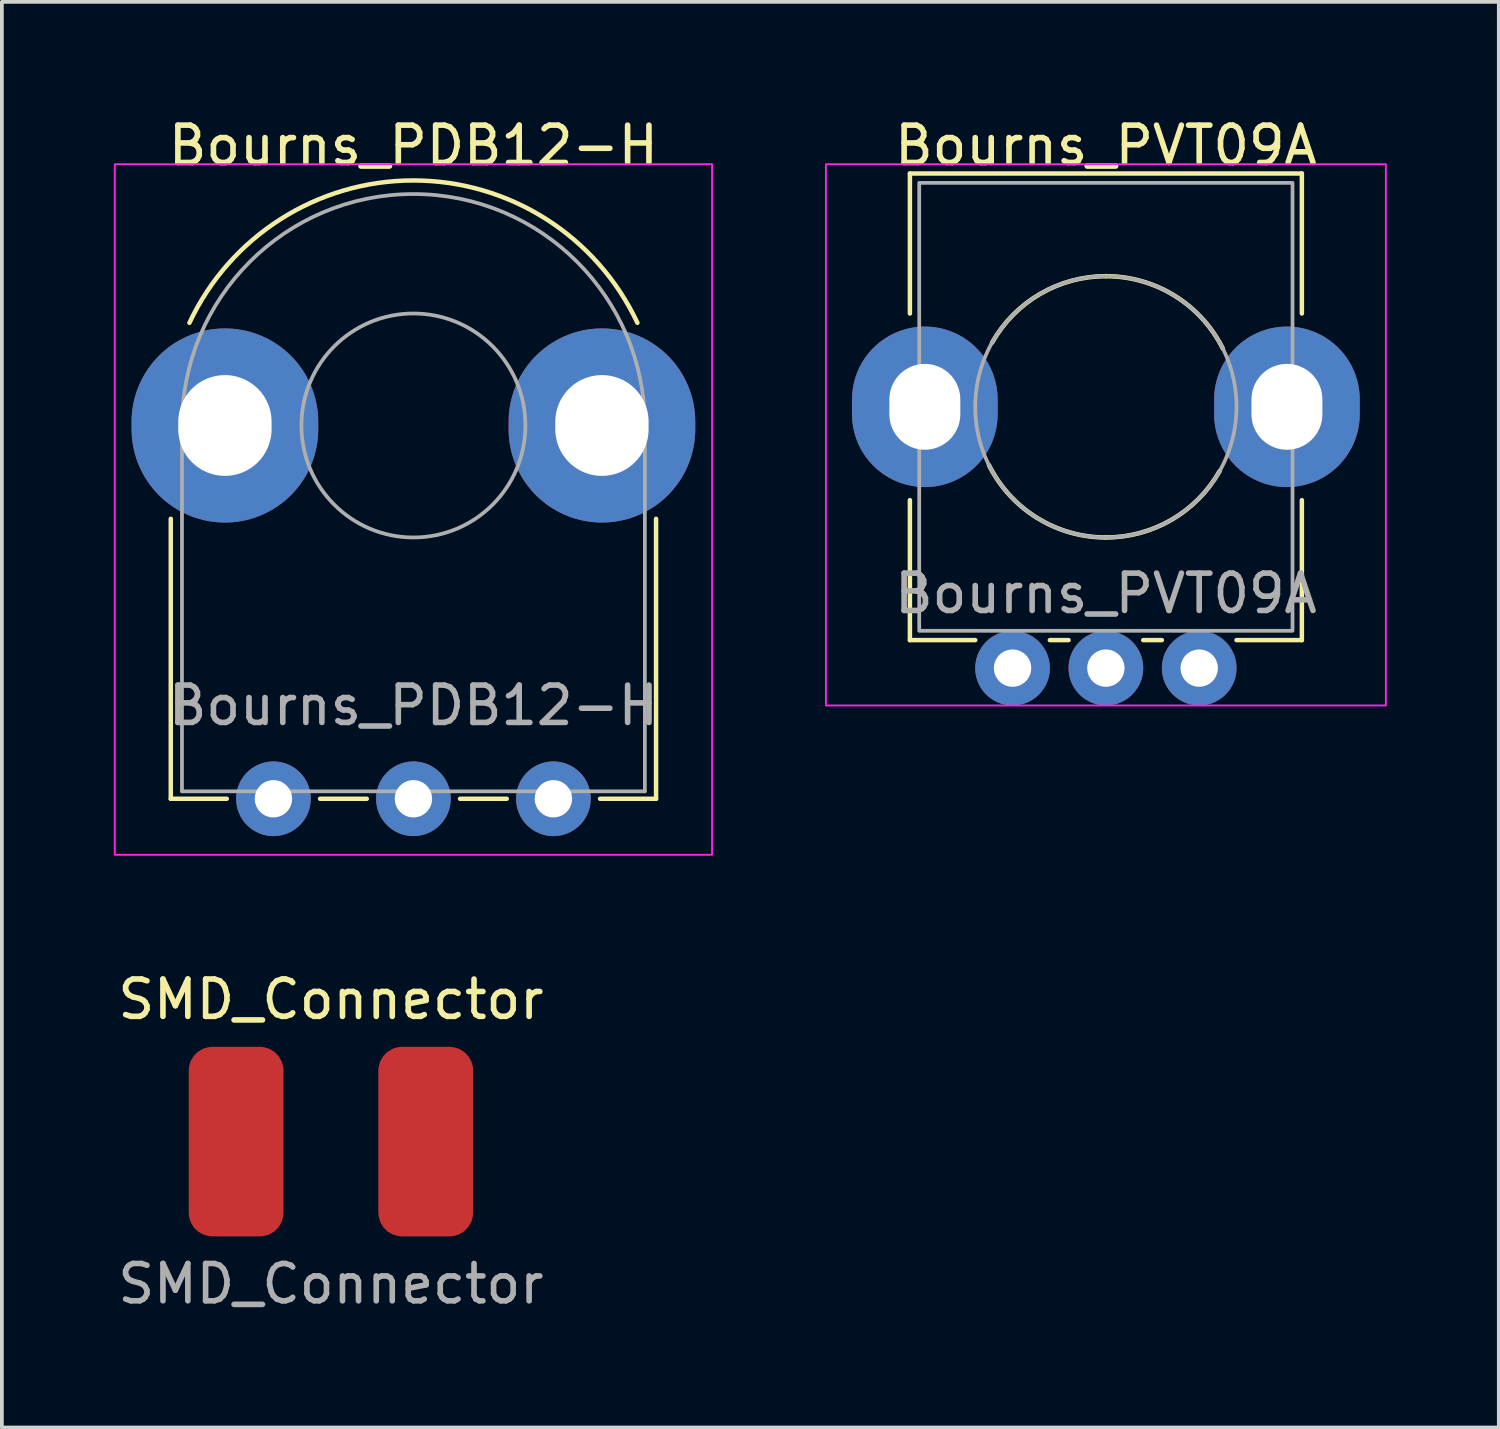
<source format=kicad_pcb>
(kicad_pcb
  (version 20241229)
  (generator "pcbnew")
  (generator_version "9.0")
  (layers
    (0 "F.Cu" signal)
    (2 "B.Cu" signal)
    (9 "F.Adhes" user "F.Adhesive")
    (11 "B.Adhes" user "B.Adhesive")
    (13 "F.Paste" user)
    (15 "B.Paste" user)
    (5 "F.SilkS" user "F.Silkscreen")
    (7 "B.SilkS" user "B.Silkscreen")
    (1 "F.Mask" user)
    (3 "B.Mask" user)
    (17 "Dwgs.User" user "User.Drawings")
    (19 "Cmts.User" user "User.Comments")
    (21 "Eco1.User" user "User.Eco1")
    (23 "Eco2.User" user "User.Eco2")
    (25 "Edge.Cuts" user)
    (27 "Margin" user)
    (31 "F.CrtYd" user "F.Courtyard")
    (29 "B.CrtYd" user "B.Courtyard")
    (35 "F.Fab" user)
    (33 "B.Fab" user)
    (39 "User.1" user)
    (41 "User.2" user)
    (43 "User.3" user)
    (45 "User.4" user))
  (footprint "SMD_Connector"
    (layer "F.Cu")
    (at 5.815 27.532)
    (property "Reference" "SMD_Connector" (at 0 -3.81 0) (unlocked yes) (layer "F.SilkS") (effects (font (size 1 1) (thickness 0.15))))
    (attr smd)
    (fp_text user "${REFERENCE}" (at 0 3.81 0) (unlocked yes) (layer "F.Fab") (effects (font (size 1 1) (thickness 0.15))))
    (pad "1" smd roundrect (at -2.54 0) (size 2.54 5.08) (layers "F.Cu" "F.Mask" "F.Paste") (roundrect_rratio 0.25))
    (pad "2" smd roundrect (at 2.54 0) (size 2.54 5.08) (layers "F.Cu" "F.Mask" "F.Paste") (roundrect_rratio 0.25)))
  (footprint "Bourns_PVT09A"
    (layer "F.Cu")
    (at 26.575 7.848)
    (property "Reference" "Bourns_PVT09A" (at 0 -7 0) (unlocked yes) (layer "F.SilkS") (effects (font (size 1 1) (thickness 0.15))))
    (attr through_hole)
    (fp_line (start -5.25 -6.25) (end -5.25 -2.5) (stroke (width 0.12) (type solid)) (layer "F.SilkS"))
    (fp_line (start -5.25 2.5) (end -5.25 6.25) (stroke (width 0.12) (type solid)) (layer "F.SilkS"))
    (fp_line (start -5.25 6.25) (end -3.5 6.25) (stroke (width 0.12) (type solid)) (layer "F.SilkS"))
    (fp_line (start -1.5 6.25) (end -1 6.25) (stroke (width 0.12) (type solid)) (layer "F.SilkS"))
    (fp_line (start 1 6.25) (end 1.5 6.25) (stroke (width 0.12) (type solid)) (layer "F.SilkS"))
    (fp_line (start 3.5 6.25) (end 5.25 6.25) (stroke (width 0.12) (type solid)) (layer "F.SilkS"))
    (fp_line (start 5.25 -6.25) (end -5.25 -6.25) (stroke (width 0.12) (type solid)) (layer "F.SilkS"))
    (fp_line (start 5.25 -6.25) (end 5.25 -2.5) (stroke (width 0.12) (type solid)) (layer "F.SilkS"))
    (fp_line (start 5.25 6.25) (end 5.25 2.5) (stroke (width 0.12) (type solid)) (layer "F.SilkS"))
    (fp_arc (start -3.048051 -1.720398) (mid -1.76478 -3.022571) (end 0 -3.500055) (stroke (width 0.12) (type solid)) (layer "F.SilkS"))
    (fp_arc (start 0 -3.5) (mid 1.840059 -2.977278) (end 3.130495 -1.565248) (stroke (width 0.12) (type solid)) (layer "F.SilkS"))
    (fp_arc (start 0 3.5) (mid -1.840059 2.977278) (end -3.130495 1.565248) (stroke (width 0.12) (type solid)) (layer "F.SilkS"))
    (fp_arc (start 3.048051 1.720398) (mid 1.76478 3.022571) (end 0 3.500055) (stroke (width 0.12) (type solid)) (layer "F.SilkS"))
    (fp_rect (start -7.5 -6.5) (end 7.5 8) (stroke (width 0.05) (type solid)) (fill no) (layer "F.CrtYd"))
    (fp_rect (start -5 -6) (end 5 6) (stroke (width 0.1) (type solid)) (fill no) (layer "F.Fab"))
    (fp_circle (center 0 0) (end 3.5 0) (stroke (width 0.1) (type solid)) (fill no) (layer "F.Fab"))
    (fp_text user "${REFERENCE}" (at 0 5 0) (unlocked yes) (layer "F.Fab") (effects (font (size 1 1) (thickness 0.15))))
    (pad "" thru_hole oval (at -4.85 0) (size 3.9 4.3) (drill oval 1.9 2.3) (layers "*.Cu" "*.Mask"))
    (pad "" thru_hole oval (at 4.85 0) (size 3.9 4.3) (drill oval 1.9 2.3) (layers "*.Cu" "*.Mask"))
    (pad "1" thru_hole circle (at -2.5 7) (size 2 2) (drill 1) (layers "*.Cu" "*.Mask"))
    (pad "2" thru_hole circle (at 0 7) (size 2 2) (drill 1) (layers "*.Cu" "*.Mask"))
    (pad "3" thru_hole circle (at 2.5 7) (size 2 2) (drill 1) (layers "*.Cu" "*.Mask")))
  (footprint "Bourns_PDB12-H"
    (layer "F.Cu")
    (at 8.025 8.348)
    (property "Reference" "Bourns_PDB12-H" (at 0 -7.5 0) (unlocked yes) (layer "F.SilkS") (effects (font (size 1 1) (thickness 0.15))))
    (attr through_hole)
    (fp_line (start -6.5 2.5) (end -6.5 10) (stroke (width 0.12) (type solid)) (layer "F.SilkS"))
    (fp_line (start -6.5 10) (end -5 10) (stroke (width 0.12) (type solid)) (layer "F.SilkS"))
    (fp_line (start -2.5 10) (end -1.25 10) (stroke (width 0.12) (type solid)) (layer "F.SilkS"))
    (fp_line (start 1.25 10) (end 2.5 10) (stroke (width 0.12) (type solid)) (layer "F.SilkS"))
    (fp_line (start 5 10) (end 6.5 10) (stroke (width 0.12) (type solid)) (layer "F.SilkS"))
    (fp_line (start 6.5 10) (end 6.5 2.5) (stroke (width 0.12) (type solid)) (layer "F.SilkS"))
    (fp_arc (start -6 -2.75) (mid 0 -6.563957) (end 6 -2.75) (stroke (width 0.12) (type solid)) (layer "F.SilkS"))
    (fp_rect (start -8 -7) (end 8 11.5) (stroke (width 0.05) (type solid)) (fill no) (layer "F.CrtYd"))
    (fp_line (start -6.2 0) (end -6.2 9.8) (stroke (width 0.1) (type solid)) (layer "F.Fab"))
    (fp_line (start -6.2 9.8) (end 6.2 9.8) (stroke (width 0.1) (type solid)) (layer "F.Fab"))
    (fp_line (start 6.2 9.8) (end 6.2 0) (stroke (width 0.1) (type solid)) (layer "F.Fab"))
    (fp_arc (start -6.2 0) (mid 0 -6.2) (end 6.2 0) (stroke (width 0.1) (type solid)) (layer "F.Fab"))
    (fp_circle (center 0 0) (end 3 0) (stroke (width 0.1) (type solid)) (fill no) (layer "F.Fab"))
    (fp_text user "${REFERENCE}" (at 0 7.5 0) (unlocked yes) (layer "F.Fab") (effects (font (size 1 1) (thickness 0.15))))
    (pad "" thru_hole oval (at -5.05 0) (size 5 5.2) (drill oval 2.5 2.7) (layers "*.Cu" "*.Mask"))
    (pad "" thru_hole oval (at 5.05 0) (size 5 5.2) (drill oval 2.5 2.7) (layers "*.Cu" "*.Mask"))
    (pad "1" thru_hole circle (at -3.75 10) (size 2 2) (drill 1) (layers "*.Cu" "*.Mask"))
    (pad "2" thru_hole circle (at 0 10) (size 2 2) (drill 1) (layers "*.Cu" "*.Mask"))
    (pad "3" thru_hole circle (at 3.75 10) (size 2 2) (drill 1) (layers "*.Cu" "*.Mask")))
  (gr_rect
    (start -3 -3)
    (end 37.1 35.19)
    (stroke (width 0.1) (type default))
    (fill no)
    (layer "Edge.Cuts")))
</source>
